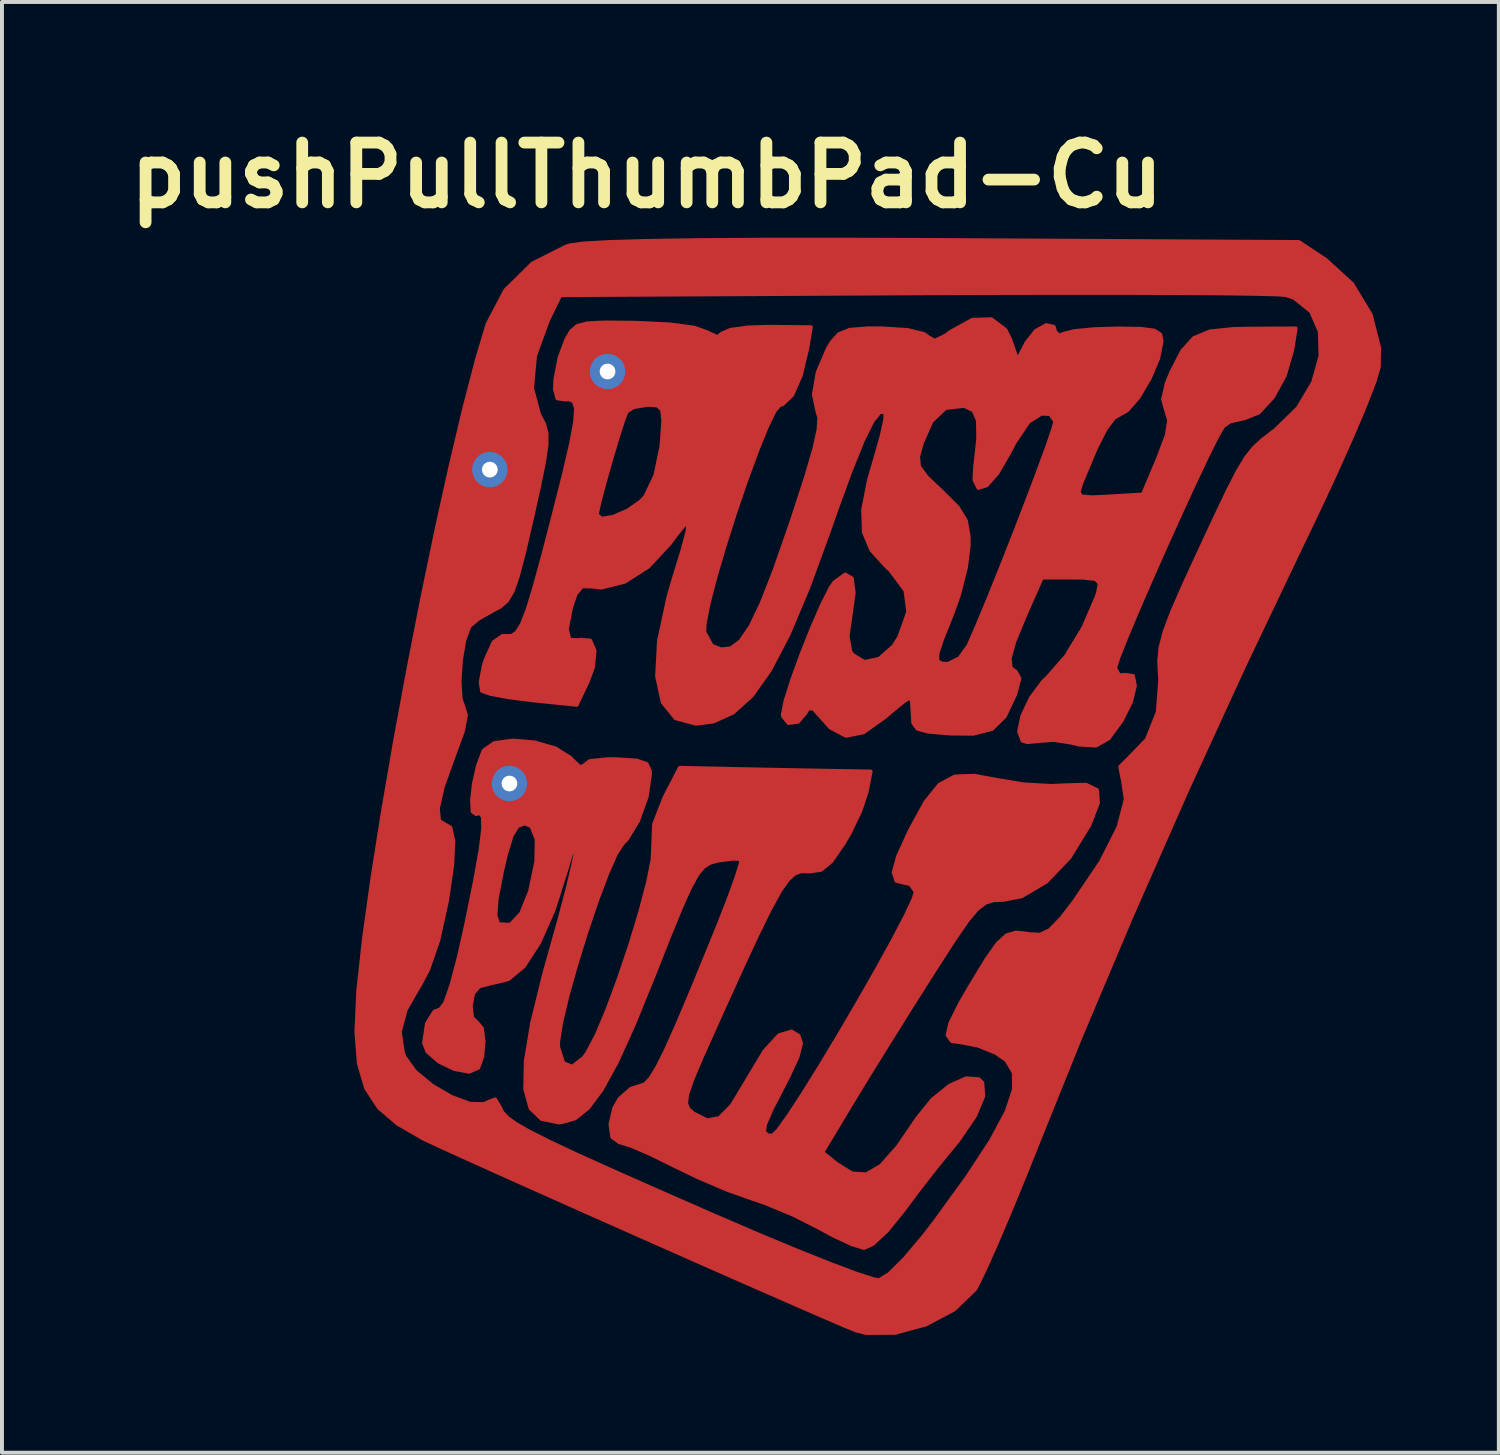
<source format=kicad_pcb>
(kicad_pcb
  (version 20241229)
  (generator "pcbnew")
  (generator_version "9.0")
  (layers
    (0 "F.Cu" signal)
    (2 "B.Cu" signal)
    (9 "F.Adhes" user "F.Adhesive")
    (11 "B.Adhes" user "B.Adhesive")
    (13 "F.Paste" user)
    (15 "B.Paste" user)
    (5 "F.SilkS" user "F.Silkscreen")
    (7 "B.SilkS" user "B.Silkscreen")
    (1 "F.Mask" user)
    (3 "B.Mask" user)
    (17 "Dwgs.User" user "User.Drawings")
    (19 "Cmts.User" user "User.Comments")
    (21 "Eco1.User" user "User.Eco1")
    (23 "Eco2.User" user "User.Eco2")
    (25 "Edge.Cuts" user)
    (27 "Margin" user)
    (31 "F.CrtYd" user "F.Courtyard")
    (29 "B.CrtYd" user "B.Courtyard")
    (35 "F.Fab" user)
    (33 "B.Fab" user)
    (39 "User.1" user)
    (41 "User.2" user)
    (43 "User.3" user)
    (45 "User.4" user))
  (footprint "pushPullThumbPad-Cu"
    (layer "F.Cu")
    (at 18.933 16.918)
    (property "Reference" "pushPullThumbPad-Cu" (at -5.5 -15.5 0) (layer "F.SilkS") (effects (font (size 1.524 1.524) (thickness 0.3))))
    (attr through_hole)
    (fp_poly (pts (xy 13.164 -11.103) (xy 13.154 -10.613) (xy 13.052 -10.26) (xy 12.819 -9.655) (xy 12.477 -8.845) (xy 12.046 -7.882) (xy 11.669 -7.074) (xy 11.669 -10.89) (xy 11.653 -11.516) (xy 11.43 -12.033) (xy 10.993 -12.38) (xy 10.783 -12.45) (xy 10.547 -12.466) (xy 10.005 -12.48) (xy 9.19 -12.491) (xy 8.135 -12.498) (xy 6.871 -12.503) (xy 5.433 -12.504) (xy 3.851 -12.502) (xy 2.16 -12.497) (xy 1.355 -12.493) (xy -7.705 -12.446) (xy -8.018 -11.805) (xy -8.348 -10.899) (xy -8.425 -10.08) (xy -8.246 -9.41) (xy -8.226 -9.373) (xy -8.114 -9.156) (xy -8.055 -8.931) (xy -8.055 -8.631) (xy -8.119 -8.191) (xy -8.251 -7.544) (xy -8.423 -6.773) (xy -8.625 -5.897) (xy -8.783 -5.292) (xy -8.921 -4.898) (xy -9.064 -4.657) (xy -9.236 -4.508) (xy -9.404 -4.419) (xy -9.788 -4.202) (xy -10.019 -4.008) (xy -10.022 -4.004) (xy -10.15 -3.654) (xy -10.237 -3.142) (xy -10.272 -2.598) (xy -10.244 -2.154) (xy -10.178 -1.969) (xy -10.109 -1.74) (xy -10.183 -1.343) (xy -10.413 -0.713) (xy -10.415 -0.707) (xy -10.697 0.073) (xy -10.824 0.637) (xy -10.793 0.955) (xy -10.686 1.016) (xy -10.505 1.124) (xy -10.43 1.469) (xy -10.459 2.078) (xy -10.59 2.981) (xy -10.595 3.008) (xy -10.81 3.983) (xy -11.071 4.742) (xy -11.251 5.08) (xy -11.646 5.767) (xy -11.794 6.329) (xy -11.717 6.853) (xy -11.675 6.965) (xy -11.412 7.335) (xy -10.982 7.692) (xy -10.481 7.986) (xy -10.003 8.162) (xy -9.642 8.169) (xy -9.568 8.129) (xy -9.364 8.05) (xy -9.242 8.255) (xy -9.181 8.381) (xy -9.058 8.514) (xy -8.841 8.671) (xy -8.501 8.867) (xy -8.005 9.117) (xy -7.325 9.438) (xy -6.428 9.844) (xy -5.284 10.351) (xy -3.862 10.975) (xy -3.725 11.034) (xy -2.654 11.495) (xy -1.671 11.904) (xy -0.824 12.242) (xy -0.16 12.491) (xy 0.276 12.632) (xy 0.421 12.658) (xy 0.675 12.503) (xy 1.069 12.113) (xy 1.557 11.535) (xy 1.834 11.176) (xy 2.665 10.03) (xy 3.273 9.103) (xy 3.667 8.369) (xy 3.857 7.8) (xy 3.854 7.37) (xy 3.666 7.051) (xy 3.395 6.862) (xy 2.941 6.679) (xy 2.558 6.604) (xy 2.276 6.564) (xy 2.167 6.414) (xy 2.236 6.107) (xy 2.49 5.598) (xy 2.748 5.153) (xy 3.149 4.494) (xy 3.439 4.081) (xy 3.675 3.866) (xy 3.912 3.798) (xy 4.206 3.83) (xy 4.249 3.839) (xy 4.523 3.853) (xy 4.769 3.736) (xy 5.063 3.433) (xy 5.38 3.023) (xy 6.075 1.996) (xy 6.52 1.118) (xy 6.707 0.407) (xy 6.63 -0.119) (xy 6.62 -0.139) (xy 6.567 -0.43) (xy 6.78 -0.642) (xy 7.243 -1.12) (xy 7.522 -1.816) (xy 7.586 -2.648) (xy 7.578 -2.753) (xy 7.559 -3.114) (xy 7.591 -3.462) (xy 7.695 -3.864) (xy 7.891 -4.386) (xy 8.201 -5.094) (xy 8.533 -5.815) (xy 8.977 -6.768) (xy 9.31 -7.466) (xy 9.564 -7.961) (xy 9.772 -8.305) (xy 9.965 -8.55) (xy 10.177 -8.747) (xy 10.438 -8.95) (xy 10.517 -9.008) (xy 11.096 -9.573) (xy 11.481 -10.222) (xy 11.669 -10.89) (xy 11.669 -7.074) (xy 11.547 -6.813) (xy 11.202 -6.096) (xy 9.722 -2.991) (xy 8.262 0.192) (xy 6.866 3.358) (xy 5.575 6.413) (xy 4.576 8.89) (xy 4.154 9.946) (xy 3.755 10.918) (xy 3.399 11.754) (xy 3.11 12.402) (xy 2.911 12.809) (xy 2.858 12.897) (xy 2.329 13.405) (xy 1.614 13.785) (xy 0.829 13.998) (xy 0.09 14.003) (xy -0.169 13.936) (xy -0.439 13.826) (xy -0.973 13.597) (xy -1.724 13.27) (xy -2.646 12.866) (xy -3.695 12.405) (xy -4.823 11.906) (xy -5.986 11.391) (xy -7.138 10.879) (xy -8.232 10.391) (xy -9.224 9.947) (xy -10.066 9.567) (xy -10.714 9.273) (xy -11.122 9.083) (xy -11.202 9.044) (xy -11.847 8.672) (xy -12.325 8.262) (xy -12.651 7.765) (xy -12.838 7.135) (xy -12.901 6.323) (xy -12.853 5.28) (xy -12.708 3.959) (xy -12.7 3.895) (xy -12.486 2.37) (xy -12.22 0.69) (xy -11.913 -1.091) (xy -11.575 -2.919) (xy -11.219 -4.737) (xy -10.854 -6.492) (xy -10.492 -8.128) (xy -10.145 -9.589) (xy -9.823 -10.822) (xy -9.554 -11.718) (xy -9.104 -12.573) (xy -8.411 -13.254) (xy -7.551 -13.687) (xy -7.451 -13.716) (xy -7.104 -13.763) (xy -6.443 -13.801) (xy -5.466 -13.829) (xy -4.167 -13.849) (xy -2.542 -13.859) (xy -0.588 -13.86) (xy 1.7 -13.853) (xy 2.173 -13.85) (xy 11.117 -13.801) (xy 11.803 -13.346) (xy 12.479 -12.728) (xy 12.949 -11.949) (xy 13.164 -11.103)) (stroke (width 0.1) (type solid)) (fill yes) (layer "F.Cu"))
    (fp_poly (pts (xy 5.998 0.493) (xy 5.784 1.045) (xy 5.772 1.07) (xy 5.273 1.884) (xy 4.68 2.502) (xy 4.05 2.875) (xy 3.593 2.963) (xy 3.339 2.974) (xy 3.129 3.038) (xy 2.919 3.198) (xy 2.667 3.5) (xy 2.331 3.988) (xy 1.867 4.709) (xy 1.738 4.911) (xy 1.193 5.773) (xy 0.632 6.672) (xy 0.121 7.497) (xy -0.263 8.128) (xy -1.026 9.398) (xy -0.664 9.694) (xy -0.27 9.937) (xy 0.094 9.96) (xy 0.471 9.74) (xy 0.902 9.253) (xy 1.391 8.536) (xy 1.779 8.055) (xy 2.22 7.7) (xy 2.638 7.513) (xy 2.958 7.535) (xy 3.051 7.625) (xy 3.075 7.969) (xy 2.86 8.479) (xy 2.43 9.108) (xy 2.227 9.353) (xy 1.874 9.785) (xy 1.428 10.359) (xy 1.039 10.88) (xy 0.617 11.4) (xy 0.257 11.736) (xy 0.037 11.835) (xy -0.264 11.744) (xy -0.733 11.527) (xy -1.101 11.327) (xy -1.774 10.986) (xy -2.515 10.679) (xy -2.834 10.572) (xy -3.457 10.35) (xy -4.202 10.032) (xy -4.836 9.725) (xy -5.412 9.441) (xy -5.891 9.234) (xy -6.178 9.145) (xy -6.193 9.144) (xy -6.38 9.009) (xy -6.426 8.683) (xy -6.332 8.28) (xy -6.195 8.035) (xy -5.898 7.776) (xy -5.674 7.706) (xy -5.552 7.665) (xy -5.412 7.521) (xy -5.237 7.24) (xy -5.011 6.788) (xy -4.718 6.132) (xy -4.34 5.237) (xy -3.861 4.07) (xy -3.698 3.668) (xy -3.427 2.979) (xy -3.222 2.416) (xy -3.106 2.044) (xy -3.093 1.931) (xy -3.29 1.912) (xy -3.67 1.962) (xy -3.688 1.965) (xy -3.882 2.018) (xy -4.047 2.118) (xy -4.209 2.311) (xy -4.393 2.641) (xy -4.624 3.154) (xy -4.927 3.894) (xy -5.324 4.898) (xy -5.833 6.149) (xy -6.268 7.107) (xy -6.65 7.803) (xy -6.997 8.268) (xy -7.332 8.534) (xy -7.674 8.633) (xy -7.744 8.636) (xy -8.178 8.549) (xy -8.462 8.275) (xy -8.597 7.791) (xy -8.584 7.076) (xy -8.423 6.106) (xy -8.117 4.861) (xy -7.959 4.297) (xy -7.716 3.431) (xy -7.513 2.659) (xy -7.368 2.05) (xy -7.297 1.674) (xy -7.292 1.61) (xy -7.335 1.571) (xy -7.435 1.808) (xy -7.551 2.201) (xy -7.875 3.224) (xy -8.244 4.058) (xy -8.306 4.153) (xy -8.306 1.419) (xy -8.439 1.086) (xy -8.61 1.016) (xy -8.791 1.082) (xy -8.94 1.321) (xy -9.087 1.794) (xy -9.191 2.241) (xy -9.325 2.932) (xy -9.358 3.354) (xy -9.294 3.562) (xy -9.265 3.586) (xy -8.976 3.6) (xy -8.701 3.309) (xy -8.474 2.746) (xy -8.471 2.733) (xy -8.315 1.984) (xy -8.306 1.419) (xy -8.306 4.153) (xy -8.634 4.658) (xy -9.019 4.978) (xy -9.114 5.009) (xy -9.532 5.107) (xy -9.779 5.173) (xy -9.926 5.352) (xy -9.987 5.668) (xy -9.952 5.967) (xy -9.821 6.096) (xy -9.702 6.238) (xy -9.659 6.573) (xy -9.693 6.961) (xy -9.794 7.243) (xy -10.032 7.345) (xy -10.405 7.275) (xy -10.797 7.085) (xy -11.091 6.829) (xy -11.176 6.616) (xy -11.103 6.119) (xy -10.913 5.812) (xy -10.764 5.757) (xy -10.641 5.595) (xy -10.477 5.131) (xy -10.283 4.398) (xy -10.104 3.598) (xy -9.88 2.497) (xy -9.736 1.693) (xy -9.669 1.154) (xy -9.676 0.849) (xy -9.755 0.747) (xy -9.847 0.778) (xy -9.938 0.713) (xy -9.953 0.421) (xy -9.905 0.001) (xy -9.804 -0.447) (xy -9.664 -0.824) (xy -9.654 -0.844) (xy -9.381 -1.032) (xy -8.912 -1.095) (xy -8.358 -1.047) (xy -7.833 -0.897) (xy -7.45 -0.658) (xy -7.412 -0.616) (xy -7.204 -0.417) (xy -7.116 -0.449) (xy -6.953 -0.572) (xy -6.494 -0.62) (xy -6.266 -0.618) (xy -5.758 -0.585) (xy -5.505 -0.5) (xy -5.423 -0.325) (xy -5.419 -0.237) (xy -5.504 0.34) (xy -5.719 0.942) (xy -6.004 1.414) (xy -6.113 1.524) (xy -6.284 1.786) (xy -6.512 2.302) (xy -6.774 2.999) (xy -7.045 3.801) (xy -7.303 4.634) (xy -7.524 5.424) (xy -7.684 6.097) (xy -7.759 6.577) (xy -7.759 6.714) (xy -7.629 7.124) (xy -7.397 7.217) (xy -7.103 6.986) (xy -7.017 6.866) (xy -6.778 6.414) (xy -6.5 5.752) (xy -6.205 4.955) (xy -5.918 4.1) (xy -5.664 3.262) (xy -5.467 2.517) (xy -5.352 1.941) (xy -5.338 1.629) (xy -5.315 1.039) (xy -5.045 0.35) (xy -4.657 -0.401) (xy -3.217 -0.37) (xy -2.39 -0.353) (xy -1.545 -0.337) (xy -0.85 -0.324) (xy -0.786 -0.323) (xy 0.205 -0.307) (xy 0.099 0.228) (xy -0.055 0.69) (xy -0.325 1.255) (xy -0.481 1.524) (xy -0.799 1.983) (xy -1.062 2.2) (xy -1.356 2.242) (xy -1.404 2.238) (xy -1.576 2.237) (xy -1.737 2.298) (xy -1.906 2.454) (xy -2.106 2.74) (xy -2.355 3.191) (xy -2.675 3.841) (xy -3.086 4.725) (xy -3.608 5.877) (xy -3.735 6.158) (xy -4.102 6.979) (xy -4.342 7.548) (xy -4.469 7.919) (xy -4.499 8.148) (xy -4.444 8.291) (xy -4.319 8.402) (xy -4.313 8.407) (xy -3.961 8.583) (xy -3.65 8.526) (xy -3.334 8.207) (xy -2.964 7.595) (xy -2.941 7.553) (xy -2.502 6.822) (xy -2.128 6.414) (xy -1.813 6.321) (xy -1.635 6.425) (xy -1.569 6.617) (xy -1.655 6.959) (xy -1.91 7.509) (xy -1.995 7.671) (xy -2.317 8.297) (xy -2.486 8.684) (xy -2.514 8.888) (xy -2.414 8.966) (xy -2.295 8.975) (xy -2.151 8.835) (xy -1.876 8.451) (xy -1.501 7.875) (xy -1.057 7.161) (xy -0.577 6.362) (xy -0.089 5.53) (xy 0.373 4.719) (xy 0.779 3.982) (xy 1.099 3.371) (xy 1.3 2.941) (xy 1.355 2.76) (xy 1.219 2.563) (xy 1.111 2.54) (xy 0.862 2.479) (xy 0.792 2.266) (xy 0.903 1.859) (xy 1.198 1.213) (xy 1.205 1.199) (xy 1.6 0.476) (xy 1.958 0.03) (xy 2.351 -0.18) (xy 2.852 -0.198) (xy 3.413 -0.093) (xy 4.104 0.021) (xy 4.806 0.062) (xy 5.127 0.046) (xy 5.692 0.03) (xy 5.975 0.167) (xy 5.998 0.493)) (stroke (width 0.1) (type solid)) (fill yes) (layer "F.Cu"))
    (fp_poly (pts (xy 11.037 -11.599) (xy 10.947 -11.042) (xy 10.762 -10.405) (xy 10.458 -9.847) (xy 10.094 -9.455) (xy 9.744 -9.313) (xy 9.365 -9.228) (xy 9.188 -9.102) (xy 9.043 -8.853) (xy 8.798 -8.363) (xy 8.479 -7.691) (xy 8.114 -6.898) (xy 7.728 -6.043) (xy 7.349 -5.188) (xy 7.003 -4.391) (xy 6.718 -3.713) (xy 6.52 -3.213) (xy 6.436 -2.952) (xy 6.435 -2.939) (xy 6.541 -2.752) (xy 6.689 -2.771) (xy 6.891 -2.742) (xy 6.939 -2.487) (xy 6.838 -2.079) (xy 6.601 -1.603) (xy 6.27 -1.152) (xy 5.945 -0.966) (xy 5.51 -0.995) (xy 5.334 -1.039) (xy 4.875 -1.112) (xy 4.531 -1.087) (xy 4.199 -1.055) (xy 4.078 -1.092) (xy 3.988 -1.324) (xy 4.07 -1.719) (xy 4.286 -2.176) (xy 4.594 -2.593) (xy 4.716 -2.709) (xy 5.183 -3.243) (xy 5.628 -3.975) (xy 5.969 -4.768) (xy 6.001 -4.868) (xy 6.046 -5.101) (xy 5.94 -5.212) (xy 5.608 -5.247) (xy 5.343 -5.249) (xy 4.911 -5.249) (xy 4.911 -9.23) (xy 4.777 -9.418) (xy 4.554 -9.426) (xy 4.227 -9.218) (xy 3.868 -8.684) (xy 3.749 -8.453) (xy 3.437 -7.911) (xy 3.158 -7.599) (xy 2.951 -7.536) (xy 2.851 -7.737) (xy 2.865 -8.043) (xy 2.947 -8.782) (xy 2.939 -9.25) (xy 2.83 -9.509) (xy 2.607 -9.617) (xy 2.573 -9.623) (xy 2.11 -9.569) (xy 1.759 -9.238) (xy 1.513 -8.687) (xy 1.414 -8.332) (xy 1.438 -8.078) (xy 1.628 -7.815) (xy 2.012 -7.45) (xy 2.425 -7.039) (xy 2.632 -6.699) (xy 2.702 -6.3) (xy 2.705 -6.073) (xy 2.635 -5.507) (xy 2.459 -4.814) (xy 2.283 -4.318) (xy 2.031 -3.692) (xy 1.906 -3.315) (xy 1.903 -3.124) (xy 2.018 -3.056) (xy 2.174 -3.048) (xy 2.467 -3.191) (xy 2.699 -3.514) (xy 2.926 -4.034) (xy 3.214 -4.728) (xy 3.539 -5.535) (xy 3.877 -6.392) (xy 4.203 -7.237) (xy 4.493 -8.006) (xy 4.724 -8.638) (xy 4.87 -9.069) (xy 4.911 -9.23) (xy 4.911 -5.249) (xy 4.568 -5.249) (xy 4.147 -4.297) (xy 3.868 -3.622) (xy 3.747 -3.189) (xy 3.773 -2.945) (xy 3.905 -2.847) (xy 3.996 -2.679) (xy 3.893 -2.283) (xy 3.623 -1.71) (xy 3.296 -1.391) (xy 2.816 -1.269) (xy 2.231 -1.275) (xy 1.687 -1.321) (xy 1.401 -1.397) (xy 1.291 -1.546) (xy 1.277 -1.769) (xy 1.258 -2.092) (xy 1.214 -2.201) (xy 1.058 -2.1) (xy 0.741 -1.843) (xy 0.567 -1.693) (xy 0.021 -1.305) (xy -0.424 -1.216) (xy -0.818 -1.426) (xy -1.001 -1.629) (xy -1.249 -1.905) (xy -1.386 -1.922) (xy -1.455 -1.798) (xy -1.648 -1.573) (xy -1.886 -1.542) (xy -2.028 -1.713) (xy -2.032 -1.766) (xy -1.967 -2.095) (xy -1.797 -2.635) (xy -1.559 -3.29) (xy -1.29 -3.966) (xy -1.028 -4.566) (xy -0.811 -4.995) (xy -0.721 -5.125) (xy -0.444 -5.326) (xy -0.275 -5.23) (xy -0.227 -4.865) (xy -0.3 -4.338) (xy -0.382 -3.75) (xy -0.317 -3.377) (xy -0.262 -3.285) (xy 0.045 -3.096) (xy 0.423 -3.178) (xy 0.787 -3.498) (xy 0.933 -3.729) (xy 1.163 -4.375) (xy 1.093 -4.918) (xy 0.709 -5.434) (xy 0.593 -5.542) (xy 0.223 -5.951) (xy 0.032 -6.406) (xy 0.014 -6.977) (xy 0.163 -7.735) (xy 0.332 -8.317) (xy 0.489 -8.871) (xy 0.579 -9.285) (xy 0.582 -9.465) (xy 0.442 -9.471) (xy 0.254 -9.238) (xy 0.009 -8.746) (xy -0.304 -7.974) (xy -0.695 -6.901) (xy -0.831 -6.509) (xy -1.379 -5.006) (xy -1.882 -3.811) (xy -2.358 -2.897) (xy -2.826 -2.237) (xy -3.304 -1.807) (xy -3.809 -1.579) (xy -4.249 -1.525) (xy -4.764 -1.664) (xy -5.094 -2.072) (xy -5.237 -2.734) (xy -5.189 -3.633) (xy -4.949 -4.752) (xy -4.829 -5.165) (xy -4.591 -5.943) (xy -4.462 -6.424) (xy -4.444 -6.634) (xy -4.538 -6.599) (xy -4.748 -6.344) (xy -4.921 -6.108) (xy -5.08 -5.938) (xy -5.08 -9.248) (xy -5.108 -9.527) (xy -5.23 -9.635) (xy -5.472 -9.652) (xy -5.84 -9.592) (xy -6.013 -9.48) (xy -6.101 -9.253) (xy -6.245 -8.804) (xy -6.414 -8.237) (xy -6.578 -7.657) (xy -6.707 -7.168) (xy -6.771 -6.876) (xy -6.773 -6.849) (xy -6.651 -6.748) (xy -6.353 -6.797) (xy -5.986 -6.957) (xy -5.654 -7.188) (xy -5.535 -7.317) (xy -5.282 -7.849) (xy -5.129 -8.581) (xy -5.116 -8.714) (xy -5.08 -9.248) (xy -5.08 -5.938) (xy -5.462 -5.527) (xy -6.069 -5.14) (xy -6.657 -4.993) (xy -6.903 -5.021) (xy -7.152 -5.026) (xy -7.316 -4.827) (xy -7.432 -4.477) (xy -7.538 -3.933) (xy -7.472 -3.664) (xy -7.228 -3.653) (xy -7.193 -3.666) (xy -6.941 -3.643) (xy -6.83 -3.383) (xy -6.872 -2.96) (xy -7.007 -2.596) (xy -7.288 -2.006) (xy -8.428 -2.123) (xy -9.024 -2.199) (xy -9.482 -2.285) (xy -9.699 -2.361) (xy -9.733 -2.583) (xy -9.657 -2.99) (xy -9.61 -3.146) (xy -9.403 -3.603) (xy -9.172 -3.763) (xy -9.097 -3.76) (xy -8.947 -3.761) (xy -8.815 -3.846) (xy -8.683 -4.058) (xy -8.536 -4.438) (xy -8.356 -5.028) (xy -8.127 -5.869) (xy -7.881 -6.817) (xy -7.609 -7.891) (xy -7.425 -8.68) (xy -7.325 -9.225) (xy -7.304 -9.565) (xy -7.359 -9.741) (xy -7.484 -9.794) (xy -7.578 -9.786) (xy -7.778 -9.816) (xy -7.84 -10.053) (xy -7.829 -10.3) (xy -7.723 -10.854) (xy -7.55 -11.316) (xy -7.426 -11.529) (xy -7.272 -11.66) (xy -7.013 -11.728) (xy -6.574 -11.75) (xy -5.881 -11.743) (xy -5.768 -11.741) (xy -4.913 -11.701) (xy -4.296 -11.619) (xy -3.965 -11.502) (xy -3.959 -11.498) (xy -3.7 -11.378) (xy -3.585 -11.466) (xy -3.366 -11.562) (xy -2.907 -11.624) (xy -2.395 -11.639) (xy -1.319 -11.629) (xy -1.407 -11.106) (xy -1.575 -10.399) (xy -1.797 -9.898) (xy -2.045 -9.663) (xy -2.108 -9.652) (xy -2.241 -9.499) (xy -2.443 -9.083) (xy -2.693 -8.466) (xy -2.97 -7.711) (xy -3.253 -6.882) (xy -3.521 -6.041) (xy -3.753 -5.251) (xy -3.928 -4.576) (xy -4.025 -4.078) (xy -4.034 -3.86) (xy -3.845 -3.512) (xy -3.603 -3.418) (xy -3.353 -3.447) (xy -3.11 -3.631) (xy -2.856 -4.002) (xy -2.572 -4.594) (xy -2.242 -5.44) (xy -1.846 -6.574) (xy -1.755 -6.844) (xy -1.438 -7.82) (xy -1.231 -8.528) (xy -1.123 -9.014) (xy -1.103 -9.324) (xy -1.154 -9.496) (xy -1.242 -9.912) (xy -1.144 -10.48) (xy -0.883 -11.088) (xy -0.787 -11.246) (xy -0.601 -11.454) (xy -0.328 -11.563) (xy 0.132 -11.6) (xy 0.499 -11.6) (xy 1.143 -11.558) (xy 1.561 -11.458) (xy 1.674 -11.376) (xy 1.839 -11.281) (xy 2.125 -11.422) (xy 2.241 -11.51) (xy 2.799 -11.818) (xy 3.281 -11.833) (xy 3.641 -11.561) (xy 3.759 -11.321) (xy 3.945 -10.789) (xy 4.179 -11.237) (xy 4.416 -11.536) (xy 4.68 -11.683) (xy 4.871 -11.64) (xy 4.911 -11.505) (xy 5.017 -11.415) (xy 5.122 -11.46) (xy 5.391 -11.529) (xy 5.889 -11.578) (xy 6.477 -11.597) (xy 7.087 -11.588) (xy 7.433 -11.544) (xy 7.586 -11.444) (xy 7.62 -11.272) (xy 7.534 -10.838) (xy 7.316 -10.323) (xy 7.032 -9.842) (xy 6.743 -9.511) (xy 6.608 -9.435) (xy 6.404 -9.315) (xy 6.191 -9.03) (xy 5.939 -8.531) (xy 5.618 -7.765) (xy 5.574 -7.654) (xy 5.503 -7.426) (xy 5.572 -7.317) (xy 5.85 -7.294) (xy 6.282 -7.315) (xy 7.143 -7.366) (xy 7.532 -8.288) (xy 7.752 -8.876) (xy 7.812 -9.257) (xy 7.738 -9.501) (xy 7.657 -9.795) (xy 7.754 -10.211) (xy 7.868 -10.486) (xy 8.145 -11.023) (xy 8.443 -11.352) (xy 8.852 -11.522) (xy 9.464 -11.585) (xy 9.854 -11.592) (xy 11.037 -11.599)) (stroke (width 0.1) (type solid)) (fill yes) (layer "F.Cu"))
    (pad "1" thru_hole circle (at -9.5 -8) (size 0.9 0.9) (drill 0.4) (layers "*.Cu" "B.Mask"))
    (pad "2" thru_hole circle (at -6.5 -10.5) (size 0.9 0.9) (drill 0.4) (layers "*.Cu" "B.Mask"))
    (pad "3" thru_hole circle (at -9 0) (size 0.9 0.9) (drill 0.4) (layers "*.Cu" "B.Mask")))
  (gr_rect
    (start -3 -3)
    (end 35.147 33.971)
    (stroke (width 0.1) (type default))
    (fill no)
    (layer "Edge.Cuts")))
</source>
